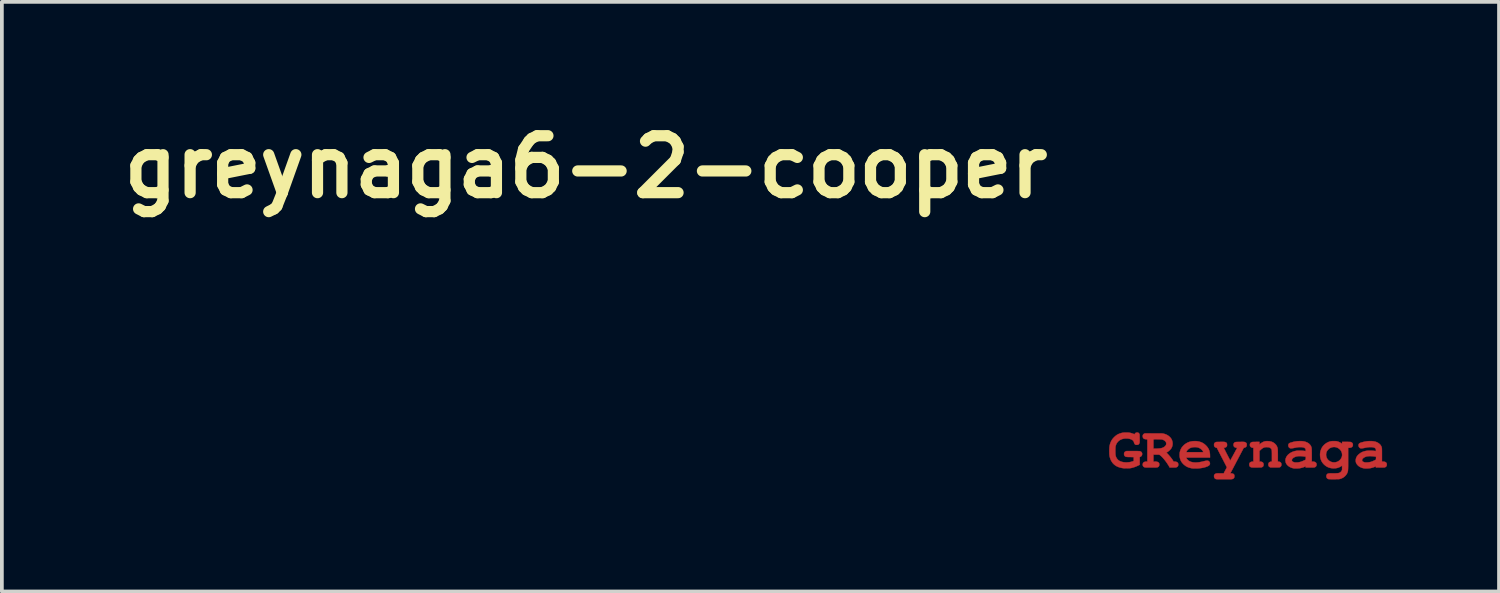
<source format=kicad_pcb>
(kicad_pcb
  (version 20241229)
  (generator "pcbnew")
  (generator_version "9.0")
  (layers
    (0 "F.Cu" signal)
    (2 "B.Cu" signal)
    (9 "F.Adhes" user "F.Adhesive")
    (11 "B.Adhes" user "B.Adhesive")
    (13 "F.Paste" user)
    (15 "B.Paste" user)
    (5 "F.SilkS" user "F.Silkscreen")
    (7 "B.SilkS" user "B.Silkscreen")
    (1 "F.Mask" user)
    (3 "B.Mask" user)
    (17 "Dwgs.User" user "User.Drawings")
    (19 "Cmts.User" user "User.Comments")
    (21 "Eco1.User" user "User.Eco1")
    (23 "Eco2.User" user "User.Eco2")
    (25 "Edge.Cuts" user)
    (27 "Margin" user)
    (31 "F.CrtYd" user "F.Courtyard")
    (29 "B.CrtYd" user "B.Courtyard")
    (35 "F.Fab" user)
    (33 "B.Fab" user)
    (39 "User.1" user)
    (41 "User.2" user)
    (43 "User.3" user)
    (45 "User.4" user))
  (footprint "greynaga6-2-cooper"
    (layer "F.Cu")
    (at 30.385 9.018)
    (property "Reference" "greynaga6-2-cooper" (at -17.75 -7.6 0) (layer "F.SilkS") (effects (font (size 1.524 1.524) (thickness 0.3))))
    (attr through_hole)
    (fp_poly (pts (xy -1.409 -0.258) (xy -1.362 -0.252) (xy -1.317 -0.242) (xy -1.274 -0.227) (xy -1.236 -0.209) (xy -1.232 -0.206) (xy -1.193 -0.181) (xy -1.158 -0.151) (xy -1.127 -0.119) (xy -1.1 -0.084) (xy -1.079 -0.048) (xy -1.071 -0.032) (xy -1.06 -0.0002) (xy -1.051 0.032) (xy -1.045 0.067) (xy -1.042 0.106) (xy -1.041 0.142) (xy -1.041 0.181) (xy -1.361 0.181) (xy -1.413 0.181) (xy -1.459 0.181) (xy -1.5 0.181) (xy -1.535 0.181) (xy -1.565 0.181) (xy -1.591 0.181) (xy -1.613 0.181) (xy -1.63 0.182) (xy -1.645 0.182) (xy -1.656 0.182) (xy -1.664 0.183) (xy -1.67 0.183) (xy -1.675 0.184) (xy -1.677 0.184) (xy -1.678 0.185) (xy -1.678 0.186) (xy -1.678 0.187) (xy -1.671 0.2) (xy -1.661 0.216) (xy -1.649 0.232) (xy -1.636 0.246) (xy -1.611 0.267) (xy -1.581 0.284) (xy -1.546 0.298) (xy -1.507 0.307) (xy -1.464 0.313) (xy -1.418 0.314) (xy -1.369 0.311) (xy -1.356 0.31) (xy -1.335 0.307) (xy -1.315 0.304) (xy -1.294 0.3) (xy -1.271 0.296) (xy -1.245 0.29) (xy -1.215 0.282) (xy -1.203 0.279) (xy -1.174 0.272) (xy -1.149 0.268) (xy -1.129 0.265) (xy -1.113 0.264) (xy -1.099 0.266) (xy -1.088 0.269) (xy -1.078 0.275) (xy -1.069 0.282) (xy -1.055 0.297) (xy -1.047 0.314) (xy -1.043 0.334) (xy -1.043 0.34) (xy -1.043 0.353) (xy -1.045 0.361) (xy -1.049 0.369) (xy -1.053 0.375) (xy -1.063 0.388) (xy -1.077 0.399) (xy -1.095 0.41) (xy -1.117 0.42) (xy -1.144 0.43) (xy -1.176 0.441) (xy -1.184 0.443) (xy -1.223 0.453) (xy -1.267 0.461) (xy -1.314 0.467) (xy -1.341 0.47) (xy -1.356 0.471) (xy -1.376 0.472) (xy -1.398 0.472) (xy -1.422 0.472) (xy -1.445 0.473) (xy -1.467 0.472) (xy -1.486 0.472) (xy -1.501 0.471) (xy -1.508 0.471) (xy -1.516 0.47) (xy -1.528 0.468) (xy -1.543 0.465) (xy -1.55 0.464) (xy -1.599 0.451) (xy -1.645 0.434) (xy -1.687 0.411) (xy -1.725 0.383) (xy -1.756 0.356) (xy -1.786 0.322) (xy -1.811 0.287) (xy -1.83 0.249) (xy -1.843 0.209) (xy -1.852 0.165) (xy -1.854 0.144) (xy -1.855 0.095) (xy -1.851 0.048) (xy -1.849 0.038) (xy -1.676 0.038) (xy -1.222 0.038) (xy -1.224 0.029) (xy -1.229 0.017) (xy -1.237 0.002) (xy -1.249 -0.014) (xy -1.261 -0.029) (xy -1.264 -0.031) (xy -1.283 -0.047) (xy -1.305 -0.062) (xy -1.329 -0.075) (xy -1.348 -0.083) (xy -1.384 -0.093) (xy -1.423 -0.098) (xy -1.462 -0.098) (xy -1.502 -0.094) (xy -1.539 -0.086) (xy -1.555 -0.081) (xy -1.584 -0.067) (xy -1.611 -0.05) (xy -1.634 -0.03) (xy -1.653 -0.008) (xy -1.667 0.015) (xy -1.672 0.026) (xy -1.676 0.038) (xy -1.849 0.038) (xy -1.84 0.003) (xy -1.824 -0.04) (xy -1.803 -0.079) (xy -1.775 -0.116) (xy -1.742 -0.15) (xy -1.734 -0.158) (xy -1.7 -0.184) (xy -1.667 -0.205) (xy -1.632 -0.223) (xy -1.596 -0.237) (xy -1.551 -0.249) (xy -1.505 -0.256) (xy -1.457 -0.259) (xy -1.409 -0.258)) (stroke (width 0.01) (type solid)) (fill yes) (layer "F.Cu"))
    (fp_poly (pts (xy 3.295 -0.258) (xy 3.342 -0.252) (xy 3.385 -0.243) (xy 3.402 -0.238) (xy 3.436 -0.224) (xy 3.467 -0.206) (xy 3.495 -0.185) (xy 3.518 -0.162) (xy 3.536 -0.136) (xy 3.541 -0.126) (xy 3.546 -0.117) (xy 3.549 -0.109) (xy 3.552 -0.101) (xy 3.555 -0.092) (xy 3.557 -0.082) (xy 3.559 -0.071) (xy 3.56 -0.058) (xy 3.561 -0.041) (xy 3.561 -0.022) (xy 3.562 0.002) (xy 3.562 0.029) (xy 3.562 0.062) (xy 3.562 0.101) (xy 3.562 0.115) (xy 3.562 0.288) (xy 3.595 0.29) (xy 3.622 0.293) (xy 3.644 0.298) (xy 3.661 0.306) (xy 3.674 0.317) (xy 3.684 0.331) (xy 3.688 0.34) (xy 3.69 0.35) (xy 3.691 0.363) (xy 3.691 0.37) (xy 3.691 0.384) (xy 3.689 0.393) (xy 3.687 0.401) (xy 3.683 0.409) (xy 3.681 0.411) (xy 3.673 0.423) (xy 3.663 0.431) (xy 3.653 0.437) (xy 3.634 0.446) (xy 3.517 0.447) (xy 3.4 0.448) (xy 3.4 0.416) (xy 3.382 0.424) (xy 3.356 0.435) (xy 3.325 0.446) (xy 3.294 0.455) (xy 3.264 0.463) (xy 3.243 0.466) (xy 3.219 0.469) (xy 3.192 0.471) (xy 3.164 0.472) (xy 3.136 0.472) (xy 3.111 0.472) (xy 3.088 0.47) (xy 3.073 0.468) (xy 3.033 0.458) (xy 2.996 0.444) (xy 2.962 0.426) (xy 2.932 0.405) (xy 2.907 0.38) (xy 2.886 0.353) (xy 2.871 0.324) (xy 2.865 0.307) (xy 2.862 0.289) (xy 2.861 0.267) (xy 2.861 0.255) (xy 3.029 0.255) (xy 3.032 0.267) (xy 3.041 0.28) (xy 3.054 0.291) (xy 3.072 0.301) (xy 3.093 0.308) (xy 3.1 0.31) (xy 3.117 0.312) (xy 3.138 0.313) (xy 3.163 0.313) (xy 3.188 0.311) (xy 3.213 0.308) (xy 3.236 0.304) (xy 3.239 0.304) (xy 3.272 0.295) (xy 3.304 0.284) (xy 3.336 0.27) (xy 3.364 0.256) (xy 3.402 0.237) (xy 3.403 0.198) (xy 3.404 0.159) (xy 3.384 0.156) (xy 3.346 0.15) (xy 3.308 0.146) (xy 3.27 0.144) (xy 3.235 0.143) (xy 3.202 0.145) (xy 3.174 0.148) (xy 3.151 0.152) (xy 3.122 0.162) (xy 3.095 0.174) (xy 3.073 0.188) (xy 3.054 0.204) (xy 3.04 0.221) (xy 3.032 0.238) (xy 3.029 0.255) (xy 2.861 0.255) (xy 2.861 0.243) (xy 2.864 0.22) (xy 2.869 0.2) (xy 2.871 0.193) (xy 2.882 0.168) (xy 2.895 0.146) (xy 2.912 0.124) (xy 2.926 0.109) (xy 2.959 0.08) (xy 2.994 0.055) (xy 3.033 0.034) (xy 3.075 0.018) (xy 3.122 0.006) (xy 3.14 0.003) (xy 3.165 -0.001) (xy 3.195 -0.003) (xy 3.229 -0.004) (xy 3.264 -0.004) (xy 3.299 -0.002) (xy 3.333 0.000095) (xy 3.364 0.004) (xy 3.392 0.008) (xy 3.392 0.008) (xy 3.4 0.01) (xy 3.4 -0.016) (xy 3.4 -0.033) (xy 3.397 -0.046) (xy 3.392 -0.056) (xy 3.384 -0.066) (xy 3.38 -0.069) (xy 3.365 -0.08) (xy 3.345 -0.088) (xy 3.322 -0.094) (xy 3.294 -0.097) (xy 3.26 -0.098) (xy 3.256 -0.098) (xy 3.237 -0.098) (xy 3.218 -0.097) (xy 3.199 -0.095) (xy 3.178 -0.093) (xy 3.155 -0.089) (xy 3.127 -0.084) (xy 3.1 -0.078) (xy 3.07 -0.072) (xy 3.045 -0.068) (xy 3.026 -0.065) (xy 3.009 -0.064) (xy 2.996 -0.065) (xy 2.985 -0.068) (xy 2.975 -0.072) (xy 2.966 -0.079) (xy 2.961 -0.083) (xy 2.948 -0.099) (xy 2.939 -0.117) (xy 2.935 -0.137) (xy 2.935 -0.158) (xy 2.941 -0.177) (xy 2.949 -0.19) (xy 2.955 -0.197) (xy 2.965 -0.204) (xy 2.978 -0.21) (xy 2.995 -0.217) (xy 3.017 -0.224) (xy 3.029 -0.227) (xy 3.083 -0.241) (xy 3.138 -0.251) (xy 3.192 -0.257) (xy 3.245 -0.259) (xy 3.295 -0.258)) (stroke (width 0.01) (type solid)) (fill yes) (layer "F.Cu"))
    (fp_poly (pts (xy 0.542 -0.256) (xy 0.582 -0.249) (xy 0.619 -0.238) (xy 0.653 -0.222) (xy 0.684 -0.2) (xy 0.707 -0.179) (xy 0.72 -0.165) (xy 0.731 -0.152) (xy 0.739 -0.139) (xy 0.747 -0.124) (xy 0.753 -0.112) (xy 0.758 -0.101) (xy 0.762 -0.091) (xy 0.765 -0.08) (xy 0.768 -0.069) (xy 0.77 -0.055) (xy 0.772 -0.04) (xy 0.773 -0.022) (xy 0.774 -0.001) (xy 0.774 0.025) (xy 0.774 0.055) (xy 0.775 0.09) (xy 0.775 0.127) (xy 0.775 0.288) (xy 0.795 0.29) (xy 0.819 0.295) (xy 0.839 0.304) (xy 0.854 0.316) (xy 0.864 0.332) (xy 0.869 0.353) (xy 0.87 0.368) (xy 0.868 0.39) (xy 0.863 0.407) (xy 0.853 0.421) (xy 0.848 0.426) (xy 0.842 0.431) (xy 0.837 0.435) (xy 0.831 0.439) (xy 0.825 0.441) (xy 0.817 0.443) (xy 0.807 0.444) (xy 0.794 0.445) (xy 0.777 0.446) (xy 0.757 0.446) (xy 0.731 0.446) (xy 0.699 0.446) (xy 0.579 0.446) (xy 0.56 0.437) (xy 0.543 0.426) (xy 0.532 0.414) (xy 0.525 0.399) (xy 0.522 0.379) (xy 0.521 0.377) (xy 0.522 0.353) (xy 0.527 0.333) (xy 0.536 0.317) (xy 0.551 0.305) (xy 0.571 0.296) (xy 0.592 0.291) (xy 0.616 0.287) (xy 0.616 0.143) (xy 0.616 0.106) (xy 0.616 0.074) (xy 0.615 0.048) (xy 0.615 0.026) (xy 0.614 0.008) (xy 0.613 -0.006) (xy 0.612 -0.018) (xy 0.61 -0.027) (xy 0.607 -0.035) (xy 0.604 -0.041) (xy 0.601 -0.048) (xy 0.598 -0.052) (xy 0.585 -0.066) (xy 0.568 -0.079) (xy 0.548 -0.088) (xy 0.54 -0.091) (xy 0.53 -0.094) (xy 0.518 -0.095) (xy 0.503 -0.096) (xy 0.483 -0.097) (xy 0.476 -0.097) (xy 0.457 -0.097) (xy 0.443 -0.096) (xy 0.433 -0.095) (xy 0.424 -0.094) (xy 0.415 -0.091) (xy 0.407 -0.088) (xy 0.383 -0.077) (xy 0.357 -0.062) (xy 0.331 -0.041) (xy 0.312 -0.024) (xy 0.283 0.004) (xy 0.283 0.289) (xy 0.295 0.289) (xy 0.31 0.29) (xy 0.327 0.293) (xy 0.343 0.297) (xy 0.355 0.301) (xy 0.355 0.302) (xy 0.373 0.313) (xy 0.385 0.329) (xy 0.391 0.348) (xy 0.394 0.371) (xy 0.392 0.392) (xy 0.385 0.41) (xy 0.375 0.424) (xy 0.358 0.435) (xy 0.351 0.439) (xy 0.347 0.441) (xy 0.343 0.442) (xy 0.338 0.443) (xy 0.332 0.444) (xy 0.324 0.445) (xy 0.314 0.446) (xy 0.3 0.446) (xy 0.283 0.446) (xy 0.261 0.446) (xy 0.234 0.447) (xy 0.206 0.447) (xy 0.172 0.447) (xy 0.143 0.447) (xy 0.119 0.447) (xy 0.101 0.446) (xy 0.086 0.446) (xy 0.076 0.445) (xy 0.069 0.444) (xy 0.065 0.443) (xy 0.044 0.435) (xy 0.028 0.423) (xy 0.018 0.409) (xy 0.012 0.391) (xy 0.01 0.368) (xy 0.01 0.367) (xy 0.012 0.345) (xy 0.02 0.326) (xy 0.033 0.311) (xy 0.048 0.302) (xy 0.06 0.297) (xy 0.076 0.293) (xy 0.092 0.29) (xy 0.108 0.289) (xy 0.109 0.289) (xy 0.121 0.289) (xy 0.121 -0.078) (xy 0.098 -0.082) (xy 0.085 -0.085) (xy 0.072 -0.089) (xy 0.064 -0.092) (xy 0.047 -0.104) (xy 0.035 -0.119) (xy 0.028 -0.138) (xy 0.026 -0.159) (xy 0.029 -0.182) (xy 0.03 -0.186) (xy 0.038 -0.203) (xy 0.052 -0.218) (xy 0.071 -0.229) (xy 0.076 -0.231) (xy 0.081 -0.233) (xy 0.086 -0.234) (xy 0.093 -0.235) (xy 0.103 -0.236) (xy 0.115 -0.236) (xy 0.131 -0.237) (xy 0.152 -0.237) (xy 0.178 -0.237) (xy 0.185 -0.238) (xy 0.283 -0.239) (xy 0.283 -0.168) (xy 0.302 -0.185) (xy 0.323 -0.201) (xy 0.341 -0.214) (xy 0.36 -0.225) (xy 0.379 -0.235) (xy 0.4 -0.244) (xy 0.421 -0.251) (xy 0.443 -0.255) (xy 0.468 -0.258) (xy 0.497 -0.258) (xy 0.542 -0.256)) (stroke (width 0.01) (type solid)) (fill yes) (layer "F.Cu"))
    (fp_poly (pts (xy 1.429 -0.257) (xy 1.477 -0.25) (xy 1.52 -0.238) (xy 1.559 -0.222) (xy 1.59 -0.205) (xy 1.617 -0.183) (xy 1.64 -0.159) (xy 1.658 -0.132) (xy 1.661 -0.125) (xy 1.665 -0.116) (xy 1.669 -0.107) (xy 1.672 -0.099) (xy 1.675 -0.09) (xy 1.677 -0.079) (xy 1.679 -0.067) (xy 1.68 -0.053) (xy 1.681 -0.035) (xy 1.682 -0.015) (xy 1.682 0.01) (xy 1.683 0.039) (xy 1.683 0.073) (xy 1.683 0.114) (xy 1.683 0.119) (xy 1.683 0.289) (xy 1.703 0.289) (xy 1.733 0.291) (xy 1.759 0.297) (xy 1.779 0.306) (xy 1.795 0.319) (xy 1.805 0.336) (xy 1.81 0.353) (xy 1.811 0.377) (xy 1.807 0.398) (xy 1.798 0.416) (xy 1.784 0.43) (xy 1.765 0.441) (xy 1.758 0.443) (xy 1.753 0.444) (xy 1.745 0.445) (xy 1.736 0.446) (xy 1.723 0.447) (xy 1.706 0.447) (xy 1.685 0.447) (xy 1.66 0.448) (xy 1.631 0.448) (xy 1.521 0.448) (xy 1.521 0.432) (xy 1.521 0.423) (xy 1.52 0.417) (xy 1.519 0.416) (xy 1.516 0.417) (xy 1.508 0.421) (xy 1.502 0.424) (xy 1.478 0.434) (xy 1.45 0.445) (xy 1.418 0.454) (xy 1.385 0.462) (xy 1.353 0.468) (xy 1.348 0.468) (xy 1.333 0.47) (xy 1.313 0.471) (xy 1.291 0.472) (xy 1.268 0.473) (xy 1.246 0.473) (xy 1.226 0.472) (xy 1.209 0.471) (xy 1.2 0.47) (xy 1.157 0.46) (xy 1.117 0.445) (xy 1.081 0.426) (xy 1.049 0.402) (xy 1.031 0.385) (xy 1.011 0.361) (xy 0.996 0.338) (xy 0.987 0.313) (xy 0.981 0.287) (xy 0.98 0.257) (xy 0.98 0.253) (xy 1.149 0.253) (xy 1.152 0.268) (xy 1.161 0.282) (xy 1.176 0.293) (xy 1.196 0.303) (xy 1.219 0.31) (xy 1.234 0.312) (xy 1.253 0.313) (xy 1.276 0.313) (xy 1.299 0.312) (xy 1.321 0.31) (xy 1.341 0.307) (xy 1.346 0.306) (xy 1.391 0.295) (xy 1.438 0.277) (xy 1.478 0.259) (xy 1.522 0.237) (xy 1.523 0.198) (xy 1.523 0.183) (xy 1.523 0.171) (xy 1.523 0.162) (xy 1.522 0.159) (xy 1.522 0.159) (xy 1.518 0.158) (xy 1.509 0.157) (xy 1.497 0.155) (xy 1.491 0.154) (xy 1.446 0.148) (xy 1.403 0.144) (xy 1.362 0.143) (xy 1.326 0.144) (xy 1.294 0.148) (xy 1.266 0.154) (xy 1.265 0.154) (xy 1.235 0.165) (xy 1.209 0.177) (xy 1.187 0.192) (xy 1.169 0.208) (xy 1.157 0.225) (xy 1.15 0.243) (xy 1.149 0.253) (xy 0.98 0.253) (xy 0.98 0.24) (xy 0.981 0.227) (xy 0.984 0.215) (xy 0.988 0.201) (xy 0.99 0.196) (xy 1.003 0.165) (xy 1.022 0.136) (xy 1.046 0.108) (xy 1.056 0.099) (xy 1.091 0.07) (xy 1.13 0.046) (xy 1.172 0.027) (xy 1.218 0.011) (xy 1.269 0.001) (xy 1.277 -0.000348) (xy 1.299 -0.003) (xy 1.325 -0.004) (xy 1.355 -0.004) (xy 1.387 -0.003) (xy 1.42 -0.002) (xy 1.451 0.000411) (xy 1.48 0.004) (xy 1.506 0.007) (xy 1.511 0.008) (xy 1.521 0.01) (xy 1.52 -0.018) (xy 1.52 -0.032) (xy 1.518 -0.042) (xy 1.516 -0.049) (xy 1.513 -0.055) (xy 1.509 -0.059) (xy 1.495 -0.073) (xy 1.476 -0.084) (xy 1.453 -0.091) (xy 1.424 -0.096) (xy 1.39 -0.098) (xy 1.378 -0.098) (xy 1.36 -0.098) (xy 1.343 -0.098) (xy 1.326 -0.096) (xy 1.309 -0.094) (xy 1.29 -0.092) (xy 1.268 -0.088) (xy 1.242 -0.082) (xy 1.224 -0.079) (xy 1.19 -0.072) (xy 1.161 -0.068) (xy 1.138 -0.065) (xy 1.12 -0.065) (xy 1.106 -0.067) (xy 1.097 -0.071) (xy 1.079 -0.084) (xy 1.065 -0.101) (xy 1.057 -0.122) (xy 1.055 -0.136) (xy 1.055 -0.158) (xy 1.06 -0.176) (xy 1.07 -0.191) (xy 1.074 -0.195) (xy 1.081 -0.201) (xy 1.087 -0.205) (xy 1.096 -0.209) (xy 1.107 -0.214) (xy 1.123 -0.219) (xy 1.13 -0.221) (xy 1.167 -0.232) (xy 1.201 -0.241) (xy 1.233 -0.247) (xy 1.267 -0.252) (xy 1.303 -0.256) (xy 1.322 -0.257) (xy 1.377 -0.259) (xy 1.429 -0.257)) (stroke (width 0.01) (type solid)) (fill yes) (layer "F.Cu"))
    (fp_poly (pts (xy -2.416 -0.466) (xy -2.391 -0.466) (xy -2.369 -0.466) (xy -2.35 -0.465) (xy -2.334 -0.464) (xy -2.32 -0.463) (xy -2.308 -0.462) (xy -2.297 -0.46) (xy -2.287 -0.458) (xy -2.277 -0.456) (xy -2.266 -0.453) (xy -2.263 -0.452) (xy -2.223 -0.439) (xy -2.186 -0.421) (xy -2.152 -0.399) (xy -2.121 -0.373) (xy -2.095 -0.345) (xy -2.074 -0.314) (xy -2.064 -0.294) (xy -2.052 -0.261) (xy -2.045 -0.225) (xy -2.042 -0.188) (xy -2.045 -0.155) (xy -2.053 -0.12) (xy -2.066 -0.086) (xy -2.085 -0.055) (xy -2.111 -0.025) (xy -2.121 -0.015) (xy -2.132 -0.005) (xy -2.144 0.005) (xy -2.158 0.016) (xy -2.172 0.027) (xy -2.186 0.036) (xy -2.197 0.043) (xy -2.204 0.047) (xy -2.207 0.048) (xy -2.207 0.05) (xy -2.202 0.055) (xy -2.194 0.064) (xy -2.184 0.074) (xy -2.182 0.075) (xy -2.139 0.122) (xy -2.096 0.173) (xy -2.055 0.227) (xy -2.034 0.26) (xy -2.015 0.289) (xy -1.995 0.289) (xy -1.975 0.29) (xy -1.954 0.294) (xy -1.936 0.299) (xy -1.922 0.306) (xy -1.919 0.307) (xy -1.905 0.32) (xy -1.896 0.336) (xy -1.891 0.356) (xy -1.891 0.368) (xy -1.893 0.391) (xy -1.9 0.41) (xy -1.911 0.425) (xy -1.928 0.436) (xy -1.945 0.443) (xy -1.952 0.445) (xy -1.962 0.446) (xy -1.975 0.447) (xy -1.992 0.447) (xy -2.015 0.448) (xy -2.04 0.448) (xy -2.121 0.448) (xy -2.138 0.416) (xy -2.157 0.384) (xy -2.178 0.352) (xy -2.2 0.319) (xy -2.224 0.286) (xy -2.248 0.254) (xy -2.273 0.224) (xy -2.297 0.196) (xy -2.321 0.17) (xy -2.343 0.148) (xy -2.363 0.13) (xy -2.381 0.116) (xy -2.389 0.111) (xy -2.405 0.102) (xy -2.48 0.102) (xy -2.556 0.102) (xy -2.556 0.289) (xy -2.52 0.289) (xy -2.489 0.29) (xy -2.463 0.294) (xy -2.442 0.3) (xy -2.426 0.309) (xy -2.413 0.32) (xy -2.407 0.33) (xy -2.402 0.34) (xy -2.4 0.349) (xy -2.399 0.361) (xy -2.399 0.368) (xy -2.401 0.391) (xy -2.407 0.41) (xy -2.418 0.424) (xy -2.426 0.43) (xy -2.431 0.434) (xy -2.437 0.437) (xy -2.443 0.44) (xy -2.449 0.442) (xy -2.458 0.444) (xy -2.468 0.445) (xy -2.481 0.446) (xy -2.497 0.447) (xy -2.518 0.447) (xy -2.542 0.447) (xy -2.572 0.448) (xy -2.607 0.448) (xy -2.622 0.448) (xy -2.658 0.448) (xy -2.688 0.447) (xy -2.712 0.447) (xy -2.733 0.447) (xy -2.749 0.447) (xy -2.761 0.446) (xy -2.771 0.446) (xy -2.779 0.445) (xy -2.785 0.444) (xy -2.789 0.443) (xy -2.793 0.442) (xy -2.813 0.432) (xy -2.828 0.418) (xy -2.838 0.401) (xy -2.842 0.38) (xy -2.842 0.356) (xy -2.841 0.352) (xy -2.835 0.332) (xy -2.824 0.316) (xy -2.808 0.304) (xy -2.786 0.295) (xy -2.761 0.29) (xy -2.736 0.289) (xy -2.718 0.289) (xy -2.718 -0.057) (xy -2.556 -0.057) (xy -2.506 -0.057) (xy -2.484 -0.057) (xy -2.46 -0.058) (xy -2.436 -0.059) (xy -2.416 -0.06) (xy -2.413 -0.06) (xy -2.379 -0.064) (xy -2.35 -0.069) (xy -2.323 -0.076) (xy -2.298 -0.086) (xy -2.293 -0.089) (xy -2.271 -0.101) (xy -2.251 -0.116) (xy -2.235 -0.133) (xy -2.223 -0.15) (xy -2.22 -0.154) (xy -2.215 -0.171) (xy -2.213 -0.191) (xy -2.214 -0.21) (xy -2.219 -0.227) (xy -2.219 -0.227) (xy -2.231 -0.247) (xy -2.249 -0.265) (xy -2.272 -0.281) (xy -2.298 -0.294) (xy -2.31 -0.298) (xy -2.317 -0.3) (xy -2.323 -0.302) (xy -2.329 -0.303) (xy -2.336 -0.304) (xy -2.345 -0.305) (xy -2.356 -0.306) (xy -2.371 -0.306) (xy -2.389 -0.307) (xy -2.412 -0.307) (xy -2.441 -0.307) (xy -2.446 -0.307) (xy -2.556 -0.308) (xy -2.556 -0.057) (xy -2.718 -0.057) (xy -2.718 -0.307) (xy -2.749 -0.309) (xy -2.777 -0.312) (xy -2.8 -0.318) (xy -2.817 -0.328) (xy -2.83 -0.341) (xy -2.838 -0.358) (xy -2.842 -0.378) (xy -2.842 -0.389) (xy -2.841 -0.411) (xy -2.835 -0.428) (xy -2.826 -0.442) (xy -2.813 -0.452) (xy -2.802 -0.458) (xy -2.786 -0.465) (xy -2.567 -0.466) (xy -2.521 -0.466) (xy -2.481 -0.466) (xy -2.446 -0.466) (xy -2.416 -0.466)) (stroke (width 0.01) (type solid)) (fill yes) (layer "F.Cu"))
    (fp_poly (pts (xy -2.975 -0.487) (xy -2.959 -0.482) (xy -2.949 -0.475) (xy -2.942 -0.467) (xy -2.935 -0.456) (xy -2.926 -0.437) (xy -2.925 -0.333) (xy -2.925 -0.303) (xy -2.924 -0.279) (xy -2.925 -0.259) (xy -2.925 -0.244) (xy -2.925 -0.233) (xy -2.926 -0.224) (xy -2.927 -0.217) (xy -2.929 -0.212) (xy -2.937 -0.191) (xy -2.947 -0.176) (xy -2.962 -0.166) (xy -2.98 -0.16) (xy -3.001 -0.159) (xy -3.015 -0.159) (xy -3.028 -0.161) (xy -3.036 -0.163) (xy -3.036 -0.163) (xy -3.048 -0.17) (xy -3.057 -0.181) (xy -3.066 -0.196) (xy -3.074 -0.216) (xy -3.082 -0.242) (xy -3.083 -0.243) (xy -3.09 -0.26) (xy -3.104 -0.276) (xy -3.122 -0.29) (xy -3.145 -0.303) (xy -3.171 -0.313) (xy -3.201 -0.321) (xy -3.232 -0.327) (xy -3.266 -0.33) (xy -3.301 -0.33) (xy -3.336 -0.327) (xy -3.344 -0.326) (xy -3.386 -0.316) (xy -3.424 -0.302) (xy -3.459 -0.283) (xy -3.49 -0.259) (xy -3.517 -0.231) (xy -3.539 -0.2) (xy -3.556 -0.164) (xy -3.568 -0.126) (xy -3.57 -0.115) (xy -3.572 -0.101) (xy -3.573 -0.083) (xy -3.574 -0.061) (xy -3.575 -0.036) (xy -3.575 -0.009) (xy -3.575 0.018) (xy -3.575 0.044) (xy -3.574 0.069) (xy -3.573 0.09) (xy -3.572 0.108) (xy -3.57 0.12) (xy -3.56 0.158) (xy -3.545 0.191) (xy -3.525 0.22) (xy -3.501 0.246) (xy -3.472 0.267) (xy -3.438 0.284) (xy -3.399 0.297) (xy -3.355 0.306) (xy -3.34 0.308) (xy -3.296 0.311) (xy -3.251 0.31) (xy -3.205 0.306) (xy -3.161 0.298) (xy -3.12 0.286) (xy -3.108 0.282) (xy -3.083 0.273) (xy -3.083 0.169) (xy -3.177 0.167) (xy -3.208 0.167) (xy -3.232 0.166) (xy -3.252 0.165) (xy -3.268 0.164) (xy -3.28 0.162) (xy -3.291 0.16) (xy -3.299 0.157) (xy -3.307 0.154) (xy -3.314 0.149) (xy -3.315 0.148) (xy -3.328 0.136) (xy -3.337 0.119) (xy -3.342 0.1) (xy -3.342 0.078) (xy -3.34 0.063) (xy -3.334 0.045) (xy -3.324 0.032) (xy -3.309 0.021) (xy -3.297 0.016) (xy -3.278 0.008) (xy -3.104 0.008) (xy -3.065 0.008) (xy -3.033 0.008) (xy -3.006 0.008) (xy -2.984 0.008) (xy -2.965 0.009) (xy -2.951 0.009) (xy -2.939 0.009) (xy -2.93 0.01) (xy -2.923 0.011) (xy -2.918 0.012) (xy -2.913 0.013) (xy -2.911 0.014) (xy -2.89 0.023) (xy -2.874 0.036) (xy -2.864 0.053) (xy -2.858 0.073) (xy -2.858 0.084) (xy -2.86 0.107) (xy -2.867 0.127) (xy -2.879 0.143) (xy -2.896 0.155) (xy -2.905 0.16) (xy -2.924 0.169) (xy -2.924 0.375) (xy -2.969 0.397) (xy -3.009 0.415) (xy -3.046 0.43) (xy -3.08 0.442) (xy -3.114 0.452) (xy -3.149 0.461) (xy -3.156 0.462) (xy -3.169 0.464) (xy -3.187 0.466) (xy -3.208 0.467) (xy -3.233 0.468) (xy -3.259 0.469) (xy -3.284 0.469) (xy -3.309 0.469) (xy -3.331 0.468) (xy -3.35 0.467) (xy -3.361 0.466) (xy -3.401 0.46) (xy -3.442 0.451) (xy -3.481 0.439) (xy -3.517 0.425) (xy -3.543 0.412) (xy -3.582 0.388) (xy -3.617 0.359) (xy -3.648 0.326) (xy -3.674 0.288) (xy -3.697 0.247) (xy -3.714 0.203) (xy -3.727 0.156) (xy -3.733 0.115) (xy -3.735 0.099) (xy -3.736 0.077) (xy -3.736 0.053) (xy -3.737 0.025) (xy -3.737 -0.003) (xy -3.737 -0.03) (xy -3.736 -0.056) (xy -3.735 -0.079) (xy -3.734 -0.097) (xy -3.734 -0.101) (xy -3.726 -0.147) (xy -3.714 -0.193) (xy -3.698 -0.235) (xy -3.694 -0.243) (xy -3.679 -0.273) (xy -3.663 -0.299) (xy -3.645 -0.323) (xy -3.624 -0.347) (xy -3.608 -0.364) (xy -3.573 -0.396) (xy -3.537 -0.423) (xy -3.498 -0.445) (xy -3.457 -0.462) (xy -3.411 -0.476) (xy -3.393 -0.48) (xy -3.381 -0.482) (xy -3.37 -0.484) (xy -3.359 -0.486) (xy -3.345 -0.486) (xy -3.329 -0.487) (xy -3.308 -0.487) (xy -3.289 -0.487) (xy -3.262 -0.487) (xy -3.24 -0.487) (xy -3.223 -0.486) (xy -3.208 -0.484) (xy -3.194 -0.483) (xy -3.188 -0.482) (xy -3.162 -0.476) (xy -3.134 -0.468) (xy -3.107 -0.459) (xy -3.083 -0.45) (xy -3.081 -0.449) (xy -3.069 -0.444) (xy -3.063 -0.443) (xy -3.061 -0.444) (xy -3.057 -0.452) (xy -3.049 -0.462) (xy -3.04 -0.472) (xy -3.03 -0.48) (xy -3.027 -0.482) (xy -3.012 -0.487) (xy -2.994 -0.489) (xy -2.975 -0.487)) (stroke (width 0.01) (type solid)) (fill yes) (layer "F.Cu"))
    (fp_poly (pts (xy 2.299 -0.258) (xy 2.316 -0.258) (xy 2.329 -0.257) (xy 2.34 -0.256) (xy 2.35 -0.255) (xy 2.36 -0.252) (xy 2.369 -0.25) (xy 2.404 -0.239) (xy 2.437 -0.224) (xy 2.468 -0.206) (xy 2.473 -0.202) (xy 2.494 -0.187) (xy 2.496 -0.238) (xy 2.602 -0.238) (xy 2.631 -0.238) (xy 2.658 -0.238) (xy 2.681 -0.237) (xy 2.7 -0.237) (xy 2.714 -0.236) (xy 2.723 -0.235) (xy 2.724 -0.235) (xy 2.745 -0.227) (xy 2.762 -0.215) (xy 2.775 -0.2) (xy 2.782 -0.181) (xy 2.784 -0.162) (xy 2.783 -0.141) (xy 2.778 -0.124) (xy 2.769 -0.11) (xy 2.767 -0.108) (xy 2.754 -0.097) (xy 2.738 -0.089) (xy 2.719 -0.083) (xy 2.695 -0.08) (xy 2.69 -0.08) (xy 2.657 -0.078) (xy 2.657 0.198) (xy 2.657 0.251) (xy 2.657 0.299) (xy 2.657 0.341) (xy 2.657 0.378) (xy 2.657 0.41) (xy 2.656 0.438) (xy 2.656 0.462) (xy 2.655 0.482) (xy 2.654 0.499) (xy 2.653 0.514) (xy 2.652 0.527) (xy 2.651 0.537) (xy 2.649 0.546) (xy 2.647 0.555) (xy 2.645 0.562) (xy 2.644 0.564) (xy 2.63 0.602) (xy 2.609 0.637) (xy 2.584 0.668) (xy 2.554 0.696) (xy 2.52 0.72) (xy 2.482 0.739) (xy 2.443 0.753) (xy 2.437 0.754) (xy 2.43 0.756) (xy 2.424 0.757) (xy 2.416 0.758) (xy 2.406 0.759) (xy 2.394 0.759) (xy 2.379 0.76) (xy 2.36 0.76) (xy 2.336 0.76) (xy 2.307 0.761) (xy 2.283 0.761) (xy 2.253 0.761) (xy 2.226 0.761) (xy 2.2 0.761) (xy 2.178 0.76) (xy 2.16 0.76) (xy 2.146 0.76) (xy 2.138 0.759) (xy 2.136 0.759) (xy 2.114 0.751) (xy 2.096 0.739) (xy 2.084 0.723) (xy 2.077 0.704) (xy 2.076 0.703) (xy 2.074 0.68) (xy 2.076 0.659) (xy 2.083 0.64) (xy 2.094 0.626) (xy 2.095 0.624) (xy 2.102 0.619) (xy 2.108 0.615) (xy 2.116 0.612) (xy 2.126 0.609) (xy 2.138 0.607) (xy 2.154 0.605) (xy 2.173 0.604) (xy 2.196 0.604) (xy 2.225 0.603) (xy 2.259 0.603) (xy 2.26 0.603) (xy 2.294 0.603) (xy 2.322 0.603) (xy 2.345 0.602) (xy 2.365 0.601) (xy 2.38 0.6) (xy 2.393 0.598) (xy 2.404 0.596) (xy 2.414 0.593) (xy 2.423 0.59) (xy 2.428 0.588) (xy 2.45 0.574) (xy 2.468 0.558) (xy 2.482 0.537) (xy 2.484 0.534) (xy 2.494 0.513) (xy 2.496 0.396) (xy 2.476 0.41) (xy 2.452 0.424) (xy 2.425 0.438) (xy 2.396 0.45) (xy 2.368 0.459) (xy 2.337 0.465) (xy 2.302 0.469) (xy 2.264 0.47) (xy 2.227 0.468) (xy 2.19 0.462) (xy 2.161 0.455) (xy 2.118 0.44) (xy 2.078 0.419) (xy 2.041 0.393) (xy 2.007 0.363) (xy 1.978 0.33) (xy 1.953 0.293) (xy 1.933 0.253) (xy 1.918 0.211) (xy 1.918 0.208) (xy 1.908 0.159) (xy 1.905 0.11) (xy 1.905 0.105) (xy 2.066 0.105) (xy 2.069 0.141) (xy 2.078 0.174) (xy 2.092 0.205) (xy 2.112 0.233) (xy 2.117 0.238) (xy 2.144 0.264) (xy 2.175 0.284) (xy 2.208 0.299) (xy 2.243 0.308) (xy 2.279 0.311) (xy 2.317 0.308) (xy 2.327 0.306) (xy 2.361 0.296) (xy 2.392 0.281) (xy 2.421 0.261) (xy 2.446 0.237) (xy 2.466 0.21) (xy 2.482 0.179) (xy 2.491 0.151) (xy 2.495 0.125) (xy 2.495 0.097) (xy 2.492 0.07) (xy 2.486 0.044) (xy 2.485 0.042) (xy 2.471 0.01) (xy 2.451 -0.019) (xy 2.427 -0.044) (xy 2.4 -0.065) (xy 2.369 -0.082) (xy 2.337 -0.094) (xy 2.303 -0.1) (xy 2.268 -0.101) (xy 2.263 -0.1) (xy 2.243 -0.098) (xy 2.226 -0.094) (xy 2.209 -0.089) (xy 2.191 -0.081) (xy 2.182 -0.077) (xy 2.167 -0.07) (xy 2.154 -0.062) (xy 2.143 -0.053) (xy 2.13 -0.04) (xy 2.126 -0.037) (xy 2.103 -0.011) (xy 2.086 0.016) (xy 2.074 0.045) (xy 2.068 0.076) (xy 2.066 0.105) (xy 1.905 0.105) (xy 1.907 0.062) (xy 1.915 0.014) (xy 1.93 -0.031) (xy 1.942 -0.059) (xy 1.955 -0.084) (xy 1.968 -0.106) (xy 1.984 -0.126) (xy 2.003 -0.147) (xy 2.02 -0.164) (xy 2.055 -0.193) (xy 2.093 -0.217) (xy 2.133 -0.236) (xy 2.178 -0.25) (xy 2.186 -0.252) (xy 2.197 -0.254) (xy 2.209 -0.256) (xy 2.221 -0.257) (xy 2.236 -0.258) (xy 2.254 -0.258) (xy 2.276 -0.258) (xy 2.299 -0.258)) (stroke (width 0.01) (type solid)) (fill yes) (layer "F.Cu"))
    (fp_poly (pts (xy -0.693 -0.238) (xy -0.678 -0.238) (xy -0.667 -0.237) (xy -0.658 -0.237) (xy -0.65 -0.236) (xy -0.644 -0.234) (xy -0.638 -0.233) (xy -0.635 -0.232) (xy -0.615 -0.224) (xy -0.601 -0.214) (xy -0.591 -0.2) (xy -0.586 -0.182) (xy -0.585 -0.16) (xy -0.585 -0.152) (xy -0.586 -0.137) (xy -0.589 -0.127) (xy -0.592 -0.118) (xy -0.595 -0.115) (xy -0.608 -0.1) (xy -0.626 -0.09) (xy -0.649 -0.083) (xy -0.651 -0.082) (xy -0.661 -0.08) (xy -0.669 -0.079) (xy -0.672 -0.078) (xy -0.671 -0.075) (xy -0.667 -0.067) (xy -0.661 -0.054) (xy -0.653 -0.038) (xy -0.643 -0.019) (xy -0.632 0.003) (xy -0.62 0.028) (xy -0.607 0.053) (xy -0.593 0.08) (xy -0.58 0.106) (xy -0.566 0.133) (xy -0.553 0.158) (xy -0.54 0.182) (xy -0.529 0.204) (xy -0.519 0.223) (xy -0.511 0.239) (xy -0.504 0.251) (xy -0.5 0.258) (xy -0.499 0.26) (xy -0.497 0.258) (xy -0.492 0.25) (xy -0.485 0.237) (xy -0.476 0.221) (xy -0.465 0.2) (xy -0.452 0.177) (xy -0.438 0.151) (xy -0.422 0.122) (xy -0.406 0.092) (xy -0.405 0.091) (xy -0.314 -0.078) (xy -0.332 -0.08) (xy -0.359 -0.086) (xy -0.38 -0.095) (xy -0.395 -0.108) (xy -0.406 -0.125) (xy -0.412 -0.145) (xy -0.412 -0.168) (xy -0.412 -0.169) (xy -0.409 -0.186) (xy -0.403 -0.2) (xy -0.393 -0.212) (xy -0.39 -0.215) (xy -0.385 -0.22) (xy -0.379 -0.225) (xy -0.373 -0.228) (xy -0.365 -0.231) (xy -0.356 -0.233) (xy -0.344 -0.234) (xy -0.328 -0.236) (xy -0.309 -0.236) (xy -0.285 -0.237) (xy -0.255 -0.237) (xy -0.24 -0.237) (xy -0.21 -0.238) (xy -0.186 -0.238) (xy -0.167 -0.238) (xy -0.152 -0.238) (xy -0.14 -0.237) (xy -0.131 -0.237) (xy -0.124 -0.236) (xy -0.117 -0.235) (xy -0.111 -0.233) (xy -0.108 -0.232) (xy -0.088 -0.224) (xy -0.073 -0.212) (xy -0.063 -0.198) (xy -0.06 -0.19) (xy -0.058 -0.174) (xy -0.058 -0.156) (xy -0.06 -0.138) (xy -0.064 -0.123) (xy -0.065 -0.119) (xy -0.075 -0.106) (xy -0.09 -0.095) (xy -0.107 -0.086) (xy -0.12 -0.082) (xy -0.138 -0.079) (xy -0.317 0.26) (xy -0.34 0.303) (xy -0.361 0.345) (xy -0.382 0.385) (xy -0.402 0.422) (xy -0.42 0.457) (xy -0.437 0.489) (xy -0.452 0.518) (xy -0.465 0.543) (xy -0.476 0.563) (xy -0.485 0.58) (xy -0.491 0.592) (xy -0.494 0.599) (xy -0.495 0.601) (xy -0.492 0.602) (xy -0.485 0.603) (xy -0.474 0.604) (xy -0.471 0.604) (xy -0.445 0.608) (xy -0.425 0.614) (xy -0.41 0.622) (xy -0.399 0.634) (xy -0.396 0.639) (xy -0.392 0.647) (xy -0.39 0.656) (xy -0.389 0.668) (xy -0.389 0.681) (xy -0.389 0.695) (xy -0.39 0.706) (xy -0.392 0.713) (xy -0.396 0.721) (xy -0.398 0.724) (xy -0.407 0.737) (xy -0.419 0.747) (xy -0.435 0.754) (xy -0.444 0.757) (xy -0.448 0.758) (xy -0.454 0.759) (xy -0.46 0.76) (xy -0.469 0.76) (xy -0.48 0.761) (xy -0.495 0.761) (xy -0.513 0.761) (xy -0.534 0.762) (xy -0.561 0.762) (xy -0.592 0.762) (xy -0.628 0.762) (xy -0.667 0.762) (xy -0.709 0.762) (xy -0.746 0.762) (xy -0.777 0.762) (xy -0.803 0.761) (xy -0.825 0.761) (xy -0.843 0.761) (xy -0.856 0.76) (xy -0.867 0.76) (xy -0.875 0.759) (xy -0.88 0.758) (xy -0.884 0.757) (xy -0.884 0.757) (xy -0.899 0.75) (xy -0.911 0.74) (xy -0.922 0.726) (xy -0.922 0.725) (xy -0.927 0.716) (xy -0.93 0.708) (xy -0.932 0.697) (xy -0.933 0.684) (xy -0.933 0.671) (xy -0.932 0.661) (xy -0.93 0.653) (xy -0.926 0.645) (xy -0.919 0.634) (xy -0.91 0.624) (xy -0.906 0.622) (xy -0.898 0.617) (xy -0.89 0.613) (xy -0.881 0.61) (xy -0.87 0.607) (xy -0.856 0.605) (xy -0.838 0.604) (xy -0.817 0.604) (xy -0.79 0.603) (xy -0.765 0.603) (xy -0.674 0.603) (xy -0.632 0.523) (xy -0.621 0.503) (xy -0.611 0.484) (xy -0.602 0.468) (xy -0.596 0.455) (xy -0.591 0.446) (xy -0.59 0.442) (xy -0.59 0.442) (xy -0.591 0.438) (xy -0.595 0.43) (xy -0.602 0.417) (xy -0.611 0.4) (xy -0.622 0.378) (xy -0.635 0.353) (xy -0.65 0.324) (xy -0.666 0.293) (xy -0.683 0.259) (xy -0.702 0.223) (xy -0.721 0.185) (xy -0.724 0.181) (xy -0.857 -0.078) (xy -0.871 -0.081) (xy -0.893 -0.089) (xy -0.91 -0.1) (xy -0.923 -0.113) (xy -0.93 -0.13) (xy -0.933 -0.151) (xy -0.933 -0.159) (xy -0.932 -0.181) (xy -0.926 -0.198) (xy -0.917 -0.212) (xy -0.902 -0.223) (xy -0.891 -0.229) (xy -0.886 -0.231) (xy -0.882 -0.233) (xy -0.877 -0.234) (xy -0.87 -0.235) (xy -0.861 -0.236) (xy -0.85 -0.236) (xy -0.835 -0.237) (xy -0.815 -0.237) (xy -0.791 -0.237) (xy -0.766 -0.238) (xy -0.736 -0.238) (xy -0.712 -0.238) (xy -0.693 -0.238)) (stroke (width 0.01) (type solid)) (fill yes) (layer "F.Cu")))
  (gr_rect
    (start -3 -3)
    (end 37.081 12.785)
    (stroke (width 0.1) (type default))
    (fill no)
    (layer "Edge.Cuts")))
</source>
